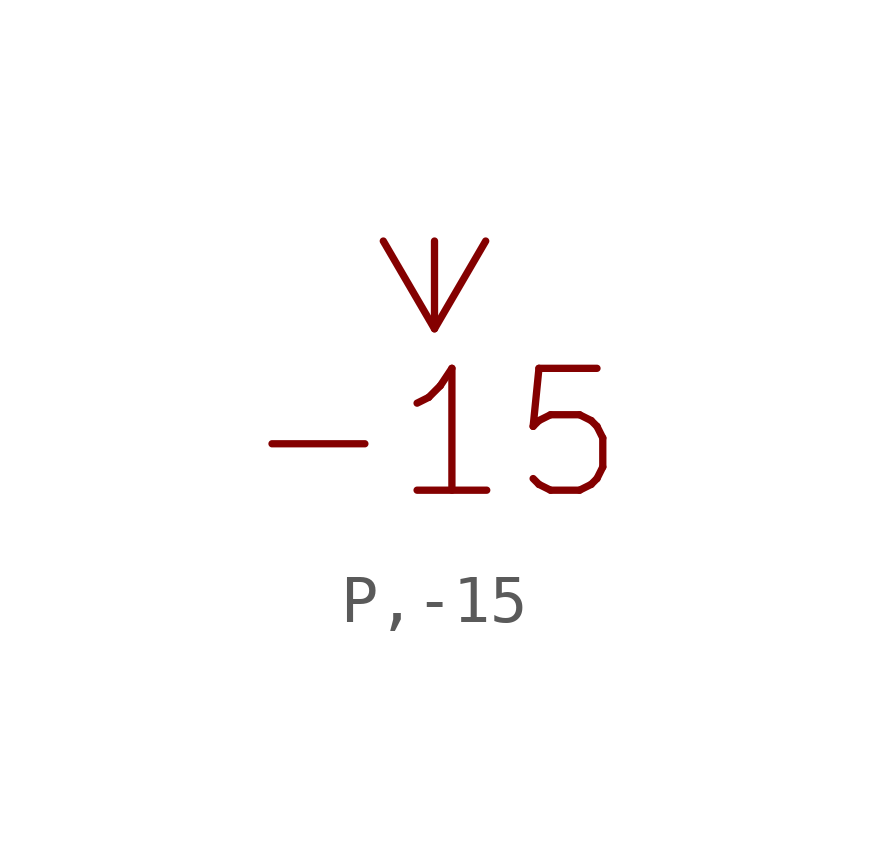
<source format=kicad_sym>
(kicad_symbol_lib
  (version 20211014)
  (generator kicad_symbol_editor)
  (symbol "P,-15"
    (power)
    (pin_numbers hide)
    (pin_names
      (offset 1.27) hide)
    (property "Reference" "#PWR"
      (at 2.54 0 0)
      (effects (font (size 2.54 2.54)) (justify left) hide))
    (symbol "P,-15_1_1"
      (polyline (pts (xy 0 0) (xy 0 -1.829)) (stroke (width 0) (type default) (color 0 0 0 0)) (fill (type none)))
      (polyline (pts (xy -1.067 0) (xy 0 -1.829) (xy 1.067 0)) (stroke (width 0) (type default) (color 0 0 0 0)) (fill (type none)))
      (text "-15" (at 0 -2.54 0) (effects (font (size 2.54 2.54)) (justify top)))
      (pin power_in line (at 0 0 0) (length 0) hide (name "-15" (effects (font (size 2.54 2.54)))) (number "0" (effects (font (size 0 0))))))))
</source>
